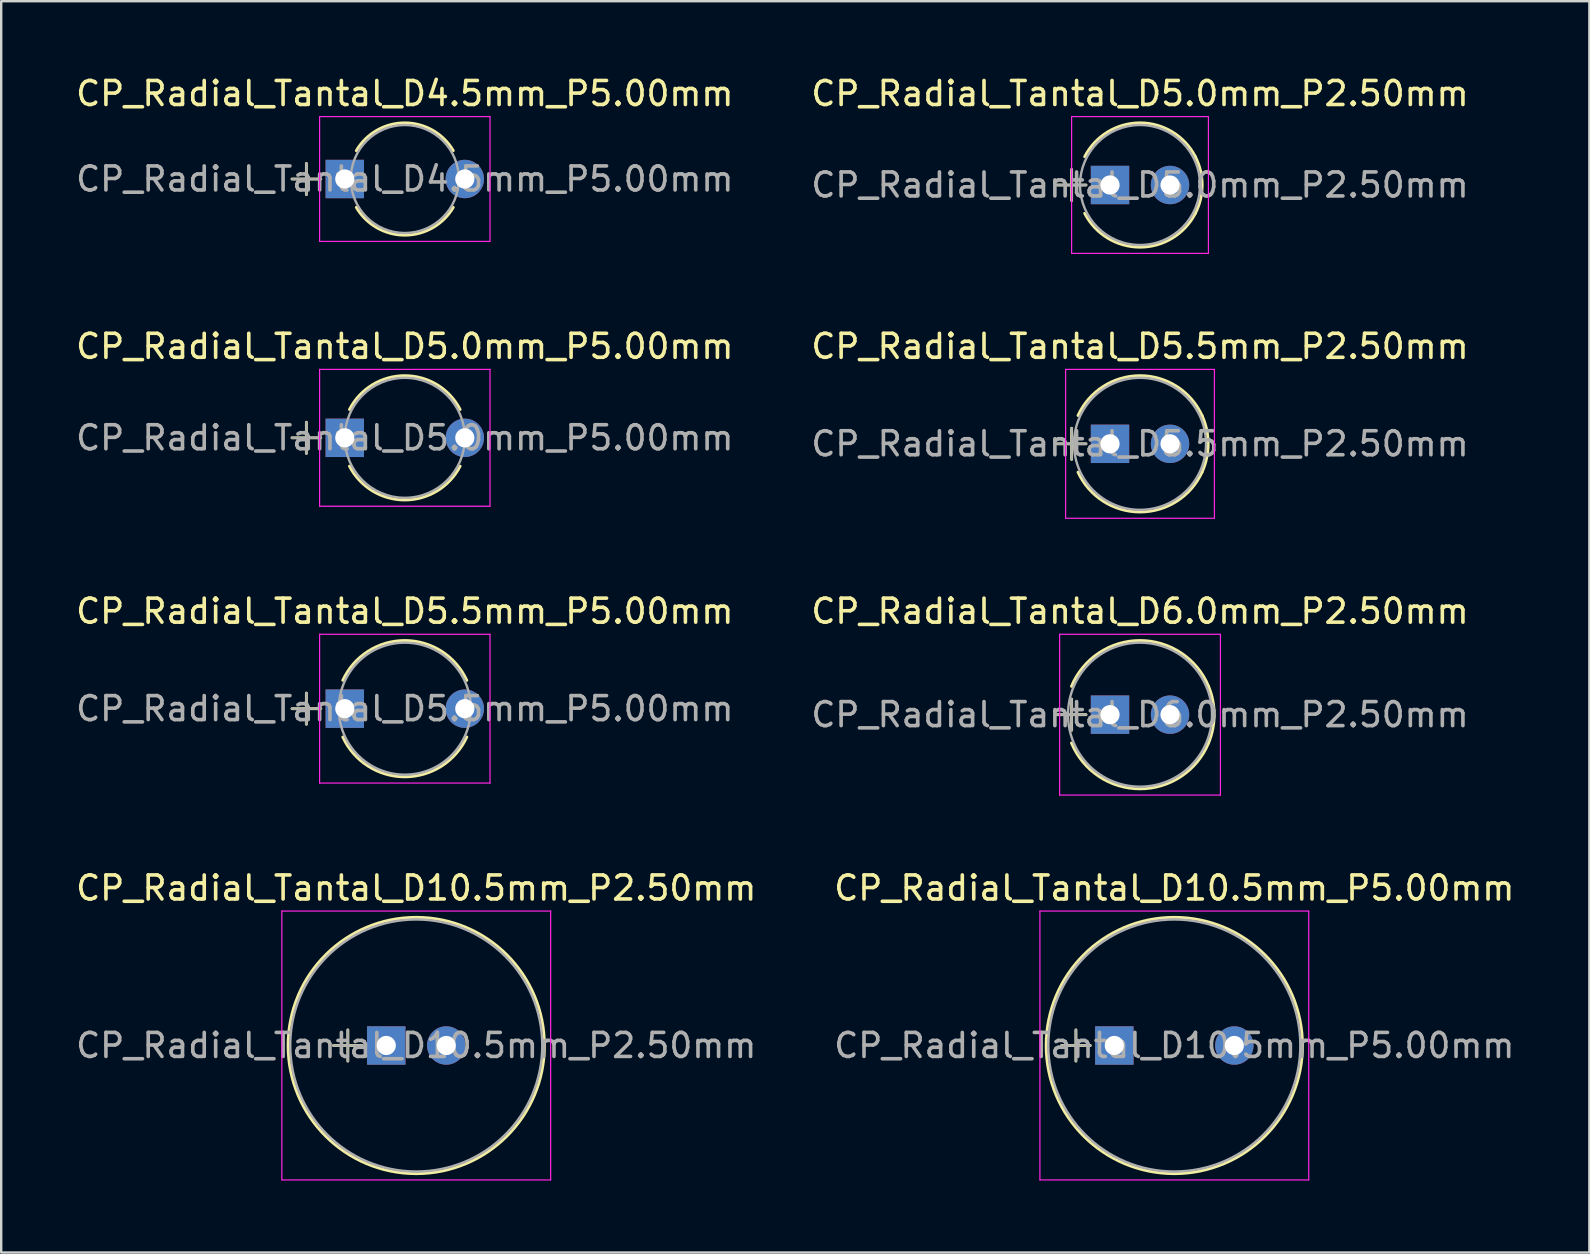
<source format=kicad_pcb>
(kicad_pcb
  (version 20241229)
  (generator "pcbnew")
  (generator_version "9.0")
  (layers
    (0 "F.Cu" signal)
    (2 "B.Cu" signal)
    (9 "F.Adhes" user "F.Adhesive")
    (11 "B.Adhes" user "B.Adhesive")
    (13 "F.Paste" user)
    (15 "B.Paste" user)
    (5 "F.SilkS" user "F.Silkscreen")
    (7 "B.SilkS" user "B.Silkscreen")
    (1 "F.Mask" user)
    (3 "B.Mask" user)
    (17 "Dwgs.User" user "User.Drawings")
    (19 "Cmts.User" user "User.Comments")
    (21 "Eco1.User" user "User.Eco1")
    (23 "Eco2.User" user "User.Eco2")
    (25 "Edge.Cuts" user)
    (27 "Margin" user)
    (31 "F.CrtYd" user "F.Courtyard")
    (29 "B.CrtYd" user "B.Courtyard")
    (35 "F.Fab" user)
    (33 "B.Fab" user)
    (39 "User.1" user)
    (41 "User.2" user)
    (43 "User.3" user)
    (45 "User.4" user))
  (footprint "CP_Radial_Tantal_D5.0mm_P2.50mm"
    (layer "F.Cu")
    (at 43.196 4.658)
    (property "Reference" "CP_Radial_Tantal_D5.0mm_P2.50mm" (at 1.25 -3.81 0) (layer "F.SilkS") (effects (font (size 1 1) (thickness 0.15))))
    (attr through_hole)
    (fp_line (start -2.2 0) (end -1 0) (stroke (width 0.12) (type solid)) (layer "F.SilkS"))
    (fp_line (start -1.6 -0.65) (end -1.6 0.65) (stroke (width 0.12) (type solid)) (layer "F.SilkS"))
    (fp_arc (start -1.05558 -1.18) (mid 1.250156 -2.59) (end 3.555722 -1.179722) (stroke (width 0.12) (type solid)) (layer "F.SilkS"))
    (fp_arc (start 3.55558 -1.18) (mid 3.84 -0.000156) (end 3.555722 1.179722) (stroke (width 0.12) (type solid)) (layer "F.SilkS"))
    (fp_arc (start 3.555722 1.179722) (mid 1.250156 2.59) (end -1.05558 1.18) (stroke (width 0.12) (type solid)) (layer "F.SilkS"))
    (fp_line (start -1.6 -2.85) (end -1.6 2.85) (stroke (width 0.05) (type solid)) (layer "F.CrtYd"))
    (fp_line (start -1.6 2.85) (end 4.1 2.85) (stroke (width 0.05) (type solid)) (layer "F.CrtYd"))
    (fp_line (start 4.1 -2.85) (end -1.6 -2.85) (stroke (width 0.05) (type solid)) (layer "F.CrtYd"))
    (fp_line (start 4.1 2.85) (end 4.1 -2.85) (stroke (width 0.05) (type solid)) (layer "F.CrtYd"))
    (fp_line (start -2.2 0) (end -1 0) (stroke (width 0.1) (type solid)) (layer "F.Fab"))
    (fp_line (start -1.6 -0.65) (end -1.6 0.65) (stroke (width 0.1) (type solid)) (layer "F.Fab"))
    (fp_circle (center 1.25 0) (end 3.75 0) (stroke (width 0.1) (type solid)) (fill no) (layer "F.Fab"))
    (fp_text user "${REFERENCE}" (at 1.25 0 0) (layer "F.Fab") (effects (font (size 1 1) (thickness 0.15))))
    (pad "1" thru_hole rect (at 0 0) (size 1.6 1.6) (drill 0.8) (layers "*.Cu" "*.Mask"))
    (pad "2" thru_hole circle (at 2.5 0) (size 1.6 1.6) (drill 0.8) (layers "*.Cu" "*.Mask")))
  (footprint "CP_Radial_Tantal_D4.5mm_P5.00mm"
    (layer "F.Cu")
    (at 11.315 4.408)
    (property "Reference" "CP_Radial_Tantal_D4.5mm_P5.00mm" (at 2.5 -3.56 0) (layer "F.SilkS") (effects (font (size 1 1) (thickness 0.15))))
    (attr through_hole)
    (fp_line (start -2.2 0) (end -1 0) (stroke (width 0.12) (type solid)) (layer "F.SilkS"))
    (fp_line (start -1.6 -0.65) (end -1.6 0.65) (stroke (width 0.12) (type solid)) (layer "F.SilkS"))
    (fp_arc (start 0.479307 -1.18) (mid 2.499311 -2.34) (end 4.519998 -1.181189) (stroke (width 0.12) (type solid)) (layer "F.SilkS"))
    (fp_arc (start 4.519998 1.181189) (mid 2.499311 2.34) (end 0.479307 1.18) (stroke (width 0.12) (type solid)) (layer "F.SilkS"))
    (fp_line (start -1.05 -2.6) (end -1.05 2.6) (stroke (width 0.05) (type solid)) (layer "F.CrtYd"))
    (fp_line (start -1.05 2.6) (end 6.05 2.6) (stroke (width 0.05) (type solid)) (layer "F.CrtYd"))
    (fp_line (start 6.05 -2.6) (end -1.05 -2.6) (stroke (width 0.05) (type solid)) (layer "F.CrtYd"))
    (fp_line (start 6.05 2.6) (end 6.05 -2.6) (stroke (width 0.05) (type solid)) (layer "F.CrtYd"))
    (fp_line (start -2.2 0) (end -1 0) (stroke (width 0.1) (type solid)) (layer "F.Fab"))
    (fp_line (start -1.6 -0.65) (end -1.6 0.65) (stroke (width 0.1) (type solid)) (layer "F.Fab"))
    (fp_circle (center 2.5 0) (end 4.75 0) (stroke (width 0.1) (type solid)) (fill no) (layer "F.Fab"))
    (fp_text user "${REFERENCE}" (at 2.5 0 0) (layer "F.Fab") (effects (font (size 1 1) (thickness 0.15))))
    (pad "1" thru_hole rect (at 0 0) (size 1.6 1.6) (drill 0.8) (layers "*.Cu" "*.Mask"))
    (pad "2" thru_hole circle (at 5 0) (size 1.6 1.6) (drill 0.8) (layers "*.Cu" "*.Mask")))
  (footprint "CP_Radial_Tantal_D10.5mm_P2.50mm"
    (layer "F.Cu")
    (at 13.042 40.508)
    (property "Reference" "CP_Radial_Tantal_D10.5mm_P2.50mm" (at 1.25 -6.56 0) (layer "F.SilkS") (effects (font (size 1 1) (thickness 0.15))))
    (attr through_hole)
    (fp_line (start -2.2 0) (end -1 0) (stroke (width 0.12) (type solid)) (layer "F.SilkS"))
    (fp_line (start -1.6 -0.65) (end -1.6 0.65) (stroke (width 0.12) (type solid)) (layer "F.SilkS"))
    (fp_circle (center 1.25 0) (end 6.59 0) (stroke (width 0.12) (type solid)) (fill no) (layer "F.SilkS"))
    (fp_line (start -4.35 -5.6) (end -4.35 5.6) (stroke (width 0.05) (type solid)) (layer "F.CrtYd"))
    (fp_line (start -4.35 5.6) (end 6.85 5.6) (stroke (width 0.05) (type solid)) (layer "F.CrtYd"))
    (fp_line (start 6.85 -5.6) (end -4.35 -5.6) (stroke (width 0.05) (type solid)) (layer "F.CrtYd"))
    (fp_line (start 6.85 5.6) (end 6.85 -5.6) (stroke (width 0.05) (type solid)) (layer "F.CrtYd"))
    (fp_line (start -2.2 0) (end -1 0) (stroke (width 0.1) (type solid)) (layer "F.Fab"))
    (fp_line (start -1.6 -0.65) (end -1.6 0.65) (stroke (width 0.1) (type solid)) (layer "F.Fab"))
    (fp_circle (center 1.25 0) (end 6.5 0) (stroke (width 0.1) (type solid)) (fill no) (layer "F.Fab"))
    (fp_text user "${REFERENCE}" (at 1.25 0 0) (layer "F.Fab") (effects (font (size 1 1) (thickness 0.15))))
    (pad "1" thru_hole rect (at 0 0) (size 1.6 1.6) (drill 0.8) (layers "*.Cu" "*.Mask"))
    (pad "2" thru_hole circle (at 2.5 0) (size 1.6 1.6) (drill 0.8) (layers "*.Cu" "*.Mask")))
  (footprint "CP_Radial_Tantal_D6.0mm_P2.50mm"
    (layer "F.Cu")
    (at 43.196 26.725)
    (property "Reference" "CP_Radial_Tantal_D6.0mm_P2.50mm" (at 1.25 -4.31 0) (layer "F.SilkS") (effects (font (size 1 1) (thickness 0.15))))
    (attr through_hole)
    (fp_line (start -2.2 0) (end -1 0) (stroke (width 0.12) (type solid)) (layer "F.SilkS"))
    (fp_line (start -1.6 -0.65) (end -1.6 0.65) (stroke (width 0.12) (type solid)) (layer "F.SilkS"))
    (fp_arc (start -1.605819 -1.18) (mid 1.25 -3.09) (end 4.105819 -1.18) (stroke (width 0.12) (type solid)) (layer "F.SilkS"))
    (fp_arc (start 4.105819 -1.18) (mid 4.34 0) (end 4.105819 1.18) (stroke (width 0.12) (type solid)) (layer "F.SilkS"))
    (fp_arc (start 4.105819 1.18) (mid 1.25 3.09) (end -1.605819 1.18) (stroke (width 0.12) (type solid)) (layer "F.SilkS"))
    (fp_line (start -2.1 -3.35) (end -2.1 3.35) (stroke (width 0.05) (type solid)) (layer "F.CrtYd"))
    (fp_line (start -2.1 3.35) (end 4.6 3.35) (stroke (width 0.05) (type solid)) (layer "F.CrtYd"))
    (fp_line (start 4.6 -3.35) (end -2.1 -3.35) (stroke (width 0.05) (type solid)) (layer "F.CrtYd"))
    (fp_line (start 4.6 3.35) (end 4.6 -3.35) (stroke (width 0.05) (type solid)) (layer "F.CrtYd"))
    (fp_line (start -2.2 0) (end -1 0) (stroke (width 0.1) (type solid)) (layer "F.Fab"))
    (fp_line (start -1.6 -0.65) (end -1.6 0.65) (stroke (width 0.1) (type solid)) (layer "F.Fab"))
    (fp_circle (center 1.25 0) (end 4.25 0) (stroke (width 0.1) (type solid)) (fill no) (layer "F.Fab"))
    (fp_text user "${REFERENCE}" (at 1.25 0 0) (layer "F.Fab") (effects (font (size 1 1) (thickness 0.15))))
    (pad "1" thru_hole rect (at 0 0) (size 1.6 1.6) (drill 0.8) (layers "*.Cu" "*.Mask"))
    (pad "2" thru_hole circle (at 2.5 0) (size 1.6 1.6) (drill 0.8) (layers "*.Cu" "*.Mask")))
  (footprint "CP_Radial_Tantal_D5.5mm_P2.50mm"
    (layer "F.Cu")
    (at 43.196 15.441)
    (property "Reference" "CP_Radial_Tantal_D5.5mm_P2.50mm" (at 1.25 -4.06 0) (layer "F.SilkS") (effects (font (size 1 1) (thickness 0.15))))
    (attr through_hole)
    (fp_line (start -2.2 0) (end -1 0) (stroke (width 0.12) (type solid)) (layer "F.SilkS"))
    (fp_line (start -1.6 -0.65) (end -1.6 0.65) (stroke (width 0.12) (type solid)) (layer "F.SilkS"))
    (fp_arc (start -1.333254 -1.18) (mid 1.250018 -2.84) (end 3.833269 -1.179967) (stroke (width 0.12) (type solid)) (layer "F.SilkS"))
    (fp_arc (start 3.833254 -1.18) (mid 4.09 -0.000018) (end 3.833269 1.179967) (stroke (width 0.12) (type solid)) (layer "F.SilkS"))
    (fp_arc (start 3.833269 1.179967) (mid 1.250018 2.84) (end -1.333254 1.18) (stroke (width 0.12) (type solid)) (layer "F.SilkS"))
    (fp_line (start -1.85 -3.1) (end -1.85 3.1) (stroke (width 0.05) (type solid)) (layer "F.CrtYd"))
    (fp_line (start -1.85 3.1) (end 4.35 3.1) (stroke (width 0.05) (type solid)) (layer "F.CrtYd"))
    (fp_line (start 4.35 -3.1) (end -1.85 -3.1) (stroke (width 0.05) (type solid)) (layer "F.CrtYd"))
    (fp_line (start 4.35 3.1) (end 4.35 -3.1) (stroke (width 0.05) (type solid)) (layer "F.CrtYd"))
    (fp_line (start -2.2 0) (end -1 0) (stroke (width 0.1) (type solid)) (layer "F.Fab"))
    (fp_line (start -1.6 -0.65) (end -1.6 0.65) (stroke (width 0.1) (type solid)) (layer "F.Fab"))
    (fp_circle (center 1.25 0) (end 4 0) (stroke (width 0.1) (type solid)) (fill no) (layer "F.Fab"))
    (fp_text user "${REFERENCE}" (at 1.25 0 0) (layer "F.Fab") (effects (font (size 1 1) (thickness 0.15))))
    (pad "1" thru_hole rect (at 0 0) (size 1.6 1.6) (drill 0.8) (layers "*.Cu" "*.Mask"))
    (pad "2" thru_hole circle (at 2.5 0) (size 1.6 1.6) (drill 0.8) (layers "*.Cu" "*.Mask")))
  (footprint "CP_Radial_Tantal_D5.0mm_P5.00mm"
    (layer "F.Cu")
    (at 11.315 15.191)
    (property "Reference" "CP_Radial_Tantal_D5.0mm_P5.00mm" (at 2.5 -3.81 0) (layer "F.SilkS") (effects (font (size 1 1) (thickness 0.15))))
    (attr through_hole)
    (fp_line (start -2.2 0) (end -1 0) (stroke (width 0.12) (type solid)) (layer "F.SilkS"))
    (fp_line (start -1.6 -0.65) (end -1.6 0.65) (stroke (width 0.12) (type solid)) (layer "F.SilkS"))
    (fp_arc (start 0.19442 -1.18) (mid 2.500156 -2.59) (end 4.805722 -1.179722) (stroke (width 0.12) (type solid)) (layer "F.SilkS"))
    (fp_arc (start 4.805722 1.179722) (mid 2.500156 2.59) (end 0.19442 1.18) (stroke (width 0.12) (type solid)) (layer "F.SilkS"))
    (fp_line (start -1.05 -2.85) (end -1.05 2.85) (stroke (width 0.05) (type solid)) (layer "F.CrtYd"))
    (fp_line (start -1.05 2.85) (end 6.05 2.85) (stroke (width 0.05) (type solid)) (layer "F.CrtYd"))
    (fp_line (start 6.05 -2.85) (end -1.05 -2.85) (stroke (width 0.05) (type solid)) (layer "F.CrtYd"))
    (fp_line (start 6.05 2.85) (end 6.05 -2.85) (stroke (width 0.05) (type solid)) (layer "F.CrtYd"))
    (fp_line (start -2.2 0) (end -1 0) (stroke (width 0.1) (type solid)) (layer "F.Fab"))
    (fp_line (start -1.6 -0.65) (end -1.6 0.65) (stroke (width 0.1) (type solid)) (layer "F.Fab"))
    (fp_circle (center 2.5 0) (end 5 0) (stroke (width 0.1) (type solid)) (fill no) (layer "F.Fab"))
    (fp_text user "${REFERENCE}" (at 2.5 0 0) (layer "F.Fab") (effects (font (size 1 1) (thickness 0.15))))
    (pad "1" thru_hole rect (at 0 0) (size 1.6 1.6) (drill 0.8) (layers "*.Cu" "*.Mask"))
    (pad "2" thru_hole circle (at 5 0) (size 1.6 1.6) (drill 0.8) (layers "*.Cu" "*.Mask")))
  (footprint "CP_Radial_Tantal_D10.5mm_P5.00mm"
    (layer "F.Cu")
    (at 43.375 40.508)
    (property "Reference" "CP_Radial_Tantal_D10.5mm_P5.00mm" (at 2.5 -6.56 0) (layer "F.SilkS") (effects (font (size 1 1) (thickness 0.15))))
    (attr through_hole)
    (fp_line (start -2.2 0) (end -1 0) (stroke (width 0.12) (type solid)) (layer "F.SilkS"))
    (fp_line (start -1.6 -0.65) (end -1.6 0.65) (stroke (width 0.12) (type solid)) (layer "F.SilkS"))
    (fp_circle (center 2.5 0) (end 7.84 0) (stroke (width 0.12) (type solid)) (fill no) (layer "F.SilkS"))
    (fp_line (start -3.1 -5.6) (end -3.1 5.6) (stroke (width 0.05) (type solid)) (layer "F.CrtYd"))
    (fp_line (start -3.1 5.6) (end 8.1 5.6) (stroke (width 0.05) (type solid)) (layer "F.CrtYd"))
    (fp_line (start 8.1 -5.6) (end -3.1 -5.6) (stroke (width 0.05) (type solid)) (layer "F.CrtYd"))
    (fp_line (start 8.1 5.6) (end 8.1 -5.6) (stroke (width 0.05) (type solid)) (layer "F.CrtYd"))
    (fp_line (start -2.2 0) (end -1 0) (stroke (width 0.1) (type solid)) (layer "F.Fab"))
    (fp_line (start -1.6 -0.65) (end -1.6 0.65) (stroke (width 0.1) (type solid)) (layer "F.Fab"))
    (fp_circle (center 2.5 0) (end 7.75 0) (stroke (width 0.1) (type solid)) (fill no) (layer "F.Fab"))
    (fp_text user "${REFERENCE}" (at 2.5 0 0) (layer "F.Fab") (effects (font (size 1 1) (thickness 0.15))))
    (pad "1" thru_hole rect (at 0 0) (size 1.6 1.6) (drill 0.8) (layers "*.Cu" "*.Mask"))
    (pad "2" thru_hole circle (at 5 0) (size 1.6 1.6) (drill 0.8) (layers "*.Cu" "*.Mask")))
  (footprint "CP_Radial_Tantal_D5.5mm_P5.00mm"
    (layer "F.Cu")
    (at 11.315 26.475)
    (property "Reference" "CP_Radial_Tantal_D5.5mm_P5.00mm" (at 2.5 -4.06 0) (layer "F.SilkS") (effects (font (size 1 1) (thickness 0.15))))
    (attr through_hole)
    (fp_line (start -2.2 0) (end -1 0) (stroke (width 0.12) (type solid)) (layer "F.SilkS"))
    (fp_line (start -1.6 -0.65) (end -1.6 0.65) (stroke (width 0.12) (type solid)) (layer "F.SilkS"))
    (fp_arc (start -0.083254 -1.18) (mid 2.500018 -2.84) (end 5.083269 -1.179967) (stroke (width 0.12) (type solid)) (layer "F.SilkS"))
    (fp_arc (start 5.083269 1.179967) (mid 2.500018 2.84) (end -0.083254 1.18) (stroke (width 0.12) (type solid)) (layer "F.SilkS"))
    (fp_line (start -1.05 -3.1) (end -1.05 3.1) (stroke (width 0.05) (type solid)) (layer "F.CrtYd"))
    (fp_line (start -1.05 3.1) (end 6.05 3.1) (stroke (width 0.05) (type solid)) (layer "F.CrtYd"))
    (fp_line (start 6.05 -3.1) (end -1.05 -3.1) (stroke (width 0.05) (type solid)) (layer "F.CrtYd"))
    (fp_line (start 6.05 3.1) (end 6.05 -3.1) (stroke (width 0.05) (type solid)) (layer "F.CrtYd"))
    (fp_line (start -2.2 0) (end -1 0) (stroke (width 0.1) (type solid)) (layer "F.Fab"))
    (fp_line (start -1.6 -0.65) (end -1.6 0.65) (stroke (width 0.1) (type solid)) (layer "F.Fab"))
    (fp_circle (center 2.5 0) (end 5.25 0) (stroke (width 0.1) (type solid)) (fill no) (layer "F.Fab"))
    (fp_text user "${REFERENCE}" (at 2.5 0 0) (layer "F.Fab") (effects (font (size 1 1) (thickness 0.15))))
    (pad "1" thru_hole rect (at 0 0) (size 1.6 1.6) (drill 0.8) (layers "*.Cu" "*.Mask"))
    (pad "2" thru_hole circle (at 5 0) (size 1.6 1.6) (drill 0.8) (layers "*.Cu" "*.Mask")))
  (gr_rect
    (start -3 -3)
    (end 63.167 49.133)
    (stroke (width 0.1) (type default))
    (fill no)
    (layer "Edge.Cuts")))
</source>
